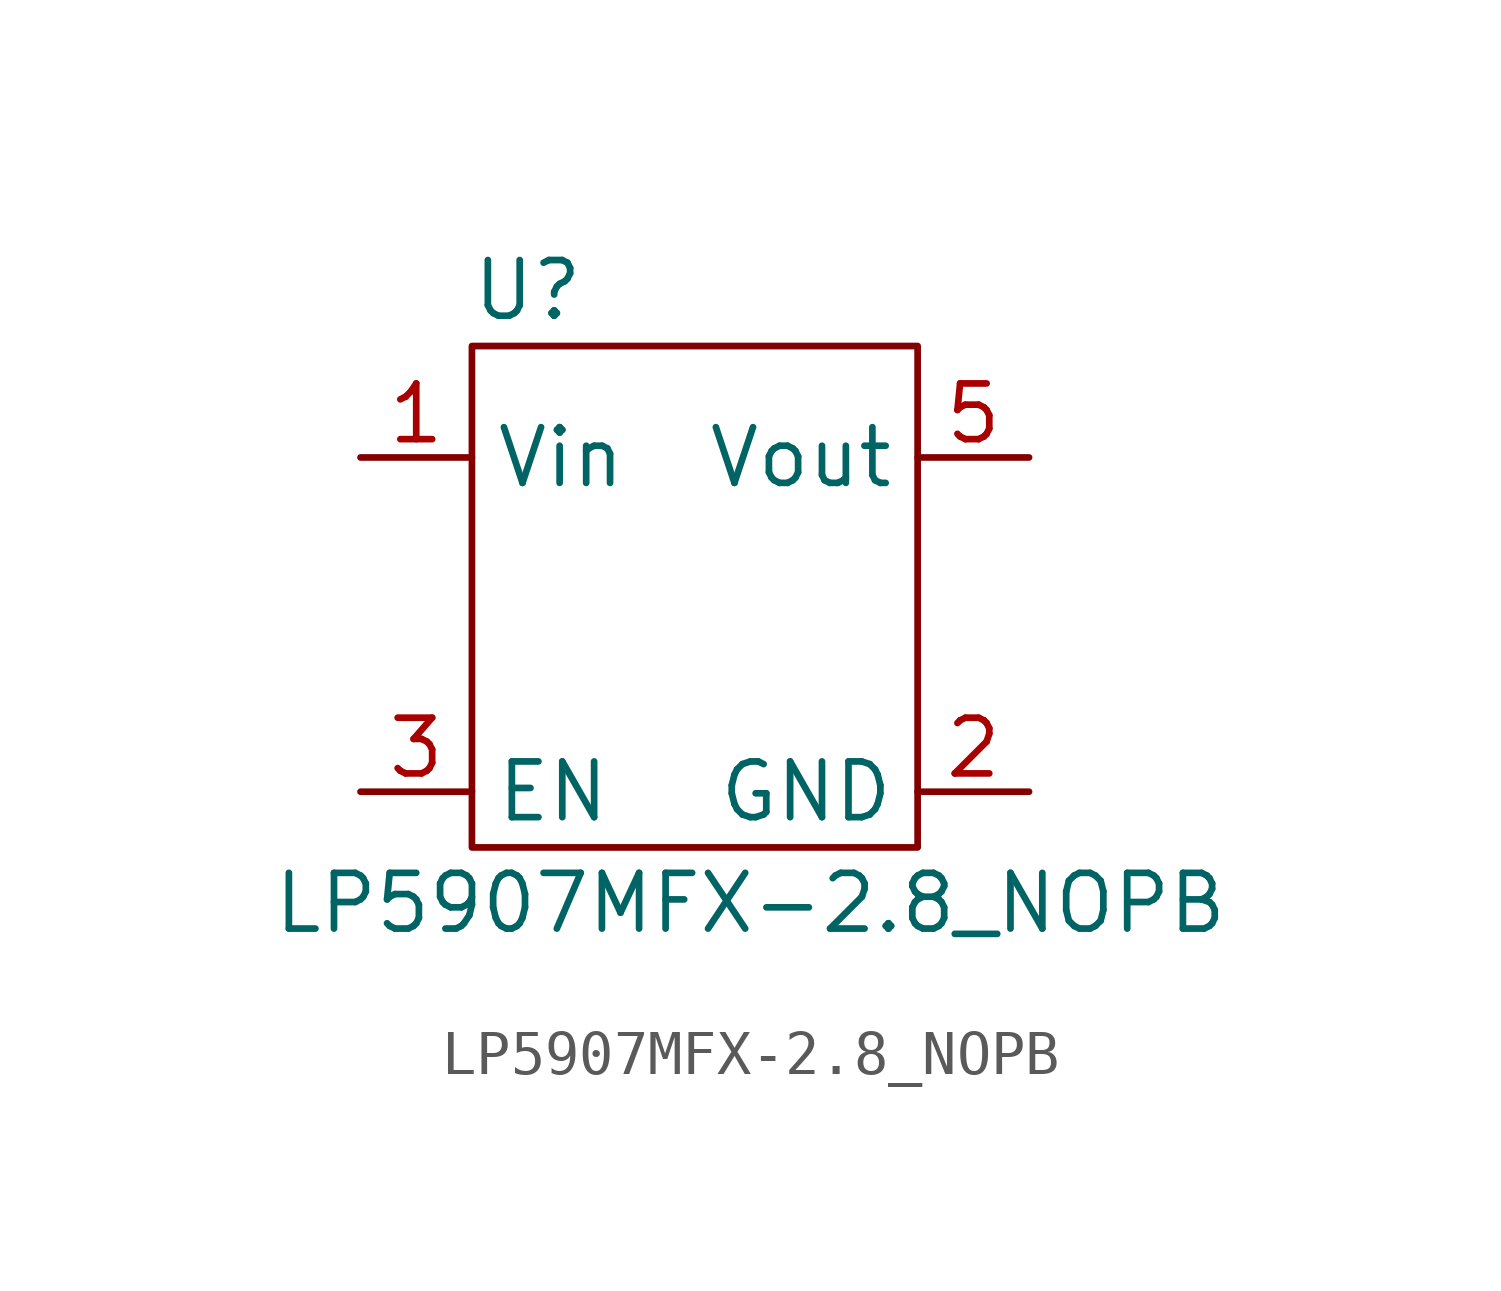
<source format=kicad_sym>
(kicad_symbol_lib
  (version 20220914)
  (generator kicad_symbol_editor)
  (symbol "LP5907MFX-2.8_NOPB"
    (property "Reference" "U"
      (at -3.81 7.62 0)
      (effects (font (size 1.27 1.27))))
    (property "Value" "LP5907MFX-2.8_NOPB"
      (at 1.27 -6.35 0)
      (effects (font (size 1.27 1.27))))
    (symbol "LP5907MFX-2.8_NOPB_0_1"
      (rectangle (start -5.08 6.35) (end 5.08 -5.08) (stroke (width 0) (type default)) (fill (type none))))
    (symbol "LP5907MFX-2.8_NOPB_1_1"
      (pin input line (at -7.62 3.81 0) (length 2.54) (name "Vin" (effects (font (size 1.27 1.27)))) (number "1" (effects (font (size 1.27 1.27)))))
      (pin input line (at 7.62 -3.81 180) (length 2.54) (name "GND" (effects (font (size 1.27 1.27)))) (number "2" (effects (font (size 1.27 1.27)))))
      (pin input line (at -7.62 -3.81 0) (length 2.54) (name "EN" (effects (font (size 1.27 1.27)))) (number "3" (effects (font (size 1.27 1.27)))))
      (pin input line (at 7.62 3.81 180) (length 2.54) (name "Vout" (effects (font (size 1.27 1.27)))) (number "5" (effects (font (size 1.27 1.27))))))))
</source>
